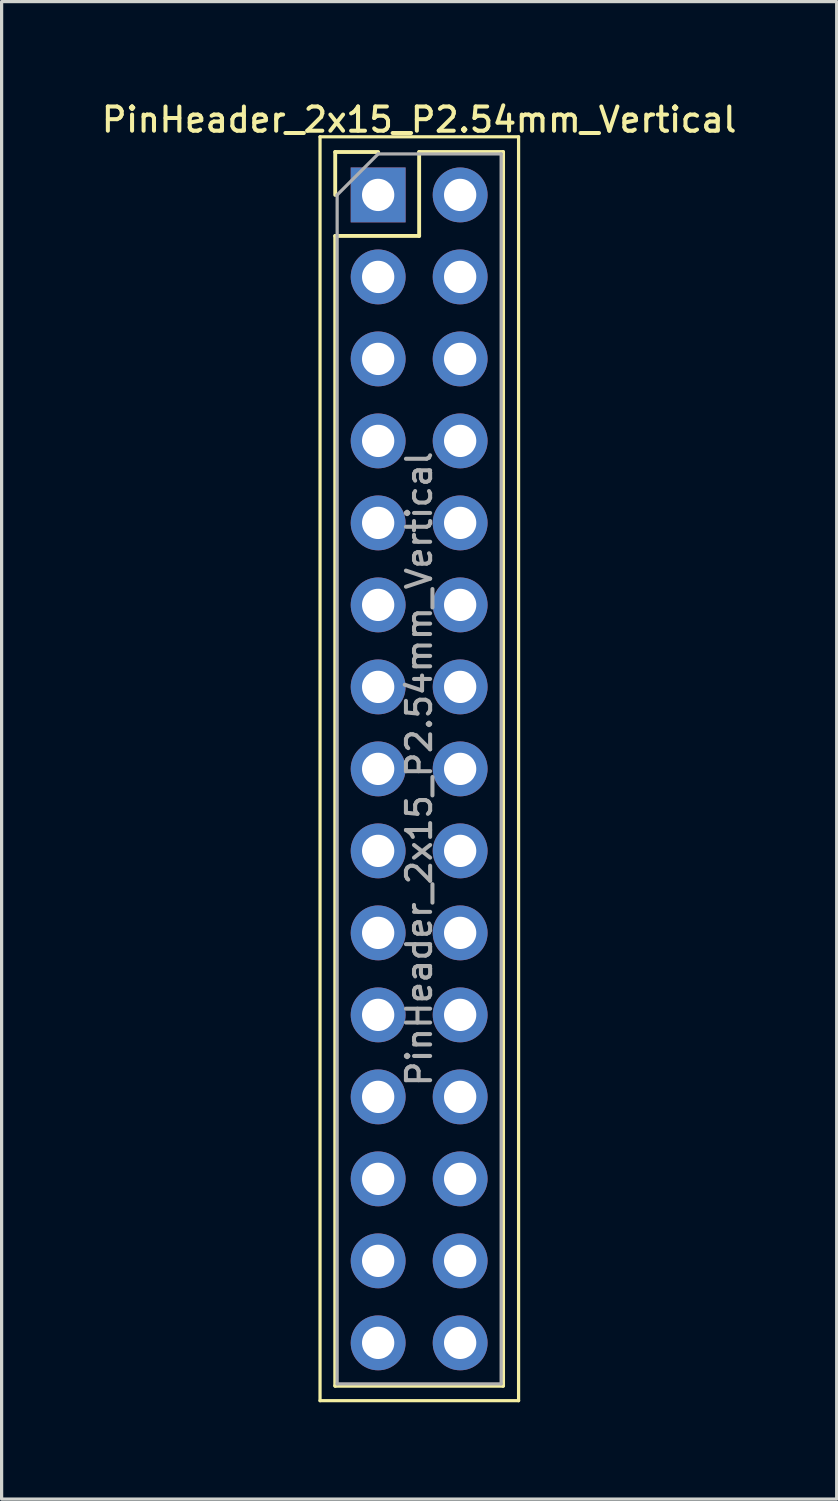
<source format=kicad_pcb>
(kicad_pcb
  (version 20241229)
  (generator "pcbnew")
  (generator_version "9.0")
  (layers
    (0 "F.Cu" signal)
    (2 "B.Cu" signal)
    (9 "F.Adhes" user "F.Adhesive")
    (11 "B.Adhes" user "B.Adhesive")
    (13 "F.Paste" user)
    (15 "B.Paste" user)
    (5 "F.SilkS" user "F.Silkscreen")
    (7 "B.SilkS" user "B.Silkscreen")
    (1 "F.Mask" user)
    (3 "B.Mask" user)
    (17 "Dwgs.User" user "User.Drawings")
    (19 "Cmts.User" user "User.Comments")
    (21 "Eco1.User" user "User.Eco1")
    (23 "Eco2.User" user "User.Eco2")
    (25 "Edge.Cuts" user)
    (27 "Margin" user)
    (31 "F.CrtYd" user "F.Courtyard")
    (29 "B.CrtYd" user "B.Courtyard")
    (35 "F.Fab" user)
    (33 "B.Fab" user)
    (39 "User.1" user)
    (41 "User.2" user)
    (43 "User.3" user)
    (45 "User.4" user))
  (footprint "PinHeader_2x15_P2.54mm_Vertical"
    (layer "F.Cu")
    (at 8.664 2.988)
    (property "Reference" "PinHeader_2x15_P2.54mm_Vertical" (at 1.27 -2.33 0) (layer "F.SilkS") (effects (font (size 0.75 0.75) (thickness 0.125))))
    (attr through_hole)
    (fp_line (start -1.8 -1.8) (end -1.8 37.35) (stroke (width 0.1) (type solid)) (layer "F.SilkS"))
    (fp_line (start -1.8 37.35) (end 4.35 37.35) (stroke (width 0.1) (type solid)) (layer "F.SilkS"))
    (fp_line (start -1.33 -1.33) (end 0 -1.33) (stroke (width 0.12) (type solid)) (layer "F.SilkS"))
    (fp_line (start -1.33 0) (end -1.33 -1.33) (stroke (width 0.12) (type solid)) (layer "F.SilkS"))
    (fp_line (start -1.33 1.27) (end -1.33 36.89) (stroke (width 0.12) (type solid)) (layer "F.SilkS"))
    (fp_line (start -1.33 1.27) (end 1.27 1.27) (stroke (width 0.12) (type solid)) (layer "F.SilkS"))
    (fp_line (start -1.33 36.89) (end 3.87 36.89) (stroke (width 0.12) (type solid)) (layer "F.SilkS"))
    (fp_line (start 1.27 -1.33) (end 3.87 -1.33) (stroke (width 0.12) (type solid)) (layer "F.SilkS"))
    (fp_line (start 1.27 1.27) (end 1.27 -1.33) (stroke (width 0.12) (type solid)) (layer "F.SilkS"))
    (fp_line (start 3.87 -1.33) (end 3.87 36.89) (stroke (width 0.12) (type solid)) (layer "F.SilkS"))
    (fp_line (start 4.35 -1.8) (end -1.8 -1.8) (stroke (width 0.1) (type solid)) (layer "F.SilkS"))
    (fp_line (start 4.35 37.35) (end 4.35 -1.8) (stroke (width 0.1) (type solid)) (layer "F.SilkS"))
    (fp_line (start -1.27 0) (end 0 -1.27) (stroke (width 0.1) (type solid)) (layer "F.Fab"))
    (fp_line (start -1.27 36.83) (end -1.27 0) (stroke (width 0.1) (type solid)) (layer "F.Fab"))
    (fp_line (start 0 -1.27) (end 3.81 -1.27) (stroke (width 0.1) (type solid)) (layer "F.Fab"))
    (fp_line (start 3.81 -1.27) (end 3.81 36.83) (stroke (width 0.1) (type solid)) (layer "F.Fab"))
    (fp_line (start 3.81 36.83) (end -1.27 36.83) (stroke (width 0.1) (type solid)) (layer "F.Fab"))
    (fp_text user "${REFERENCE}" (at 1.27 17.78 90) (layer "F.Fab") (effects (font (size 0.75 0.75) (thickness 0.125))))
    (pad "1" thru_hole rect (at 0 0) (size 1.7 1.7) (drill 1) (layers "*.Cu" "*.Mask"))
    (pad "2" thru_hole oval (at 2.54 0) (size 1.7 1.7) (drill 1) (layers "*.Cu" "*.Mask"))
    (pad "3" thru_hole oval (at 0 2.54) (size 1.7 1.7) (drill 1) (layers "*.Cu" "*.Mask"))
    (pad "4" thru_hole oval (at 2.54 2.54) (size 1.7 1.7) (drill 1) (layers "*.Cu" "*.Mask"))
    (pad "5" thru_hole oval (at 0 5.08) (size 1.7 1.7) (drill 1) (layers "*.Cu" "*.Mask"))
    (pad "6" thru_hole oval (at 2.54 5.08) (size 1.7 1.7) (drill 1) (layers "*.Cu" "*.Mask"))
    (pad "7" thru_hole oval (at 0 7.62) (size 1.7 1.7) (drill 1) (layers "*.Cu" "*.Mask"))
    (pad "8" thru_hole oval (at 2.54 7.62) (size 1.7 1.7) (drill 1) (layers "*.Cu" "*.Mask"))
    (pad "9" thru_hole oval (at 0 10.16) (size 1.7 1.7) (drill 1) (layers "*.Cu" "*.Mask"))
    (pad "10" thru_hole oval (at 2.54 10.16) (size 1.7 1.7) (drill 1) (layers "*.Cu" "*.Mask"))
    (pad "11" thru_hole oval (at 0 12.7) (size 1.7 1.7) (drill 1) (layers "*.Cu" "*.Mask"))
    (pad "12" thru_hole oval (at 2.54 12.7) (size 1.7 1.7) (drill 1) (layers "*.Cu" "*.Mask"))
    (pad "13" thru_hole oval (at 0 15.24) (size 1.7 1.7) (drill 1) (layers "*.Cu" "*.Mask"))
    (pad "14" thru_hole oval (at 2.54 15.24) (size 1.7 1.7) (drill 1) (layers "*.Cu" "*.Mask"))
    (pad "15" thru_hole oval (at 0 17.78) (size 1.7 1.7) (drill 1) (layers "*.Cu" "*.Mask"))
    (pad "16" thru_hole oval (at 2.54 17.78) (size 1.7 1.7) (drill 1) (layers "*.Cu" "*.Mask"))
    (pad "17" thru_hole oval (at 0 20.32) (size 1.7 1.7) (drill 1) (layers "*.Cu" "*.Mask"))
    (pad "18" thru_hole oval (at 2.54 20.32) (size 1.7 1.7) (drill 1) (layers "*.Cu" "*.Mask"))
    (pad "19" thru_hole oval (at 0 22.86) (size 1.7 1.7) (drill 1) (layers "*.Cu" "*.Mask"))
    (pad "20" thru_hole oval (at 2.54 22.86) (size 1.7 1.7) (drill 1) (layers "*.Cu" "*.Mask"))
    (pad "21" thru_hole oval (at 0 25.4) (size 1.7 1.7) (drill 1) (layers "*.Cu" "*.Mask"))
    (pad "22" thru_hole oval (at 2.54 25.4) (size 1.7 1.7) (drill 1) (layers "*.Cu" "*.Mask"))
    (pad "23" thru_hole oval (at 0 27.94) (size 1.7 1.7) (drill 1) (layers "*.Cu" "*.Mask"))
    (pad "24" thru_hole oval (at 2.54 27.94) (size 1.7 1.7) (drill 1) (layers "*.Cu" "*.Mask"))
    (pad "25" thru_hole oval (at 0 30.48) (size 1.7 1.7) (drill 1) (layers "*.Cu" "*.Mask"))
    (pad "26" thru_hole oval (at 2.54 30.48) (size 1.7 1.7) (drill 1) (layers "*.Cu" "*.Mask"))
    (pad "27" thru_hole oval (at 0 33.02) (size 1.7 1.7) (drill 1) (layers "*.Cu" "*.Mask"))
    (pad "28" thru_hole oval (at 2.54 33.02) (size 1.7 1.7) (drill 1) (layers "*.Cu" "*.Mask"))
    (pad "29" thru_hole oval (at 0 35.56) (size 1.7 1.7) (drill 1) (layers "*.Cu" "*.Mask"))
    (pad "30" thru_hole oval (at 2.54 35.56) (size 1.7 1.7) (drill 1) (layers "*.Cu" "*.Mask")))
  (gr_rect
    (start -3 -3)
    (end 22.868 43.388)
    (stroke (width 0.1) (type default))
    (fill no)
    (layer "Edge.Cuts")))
</source>
